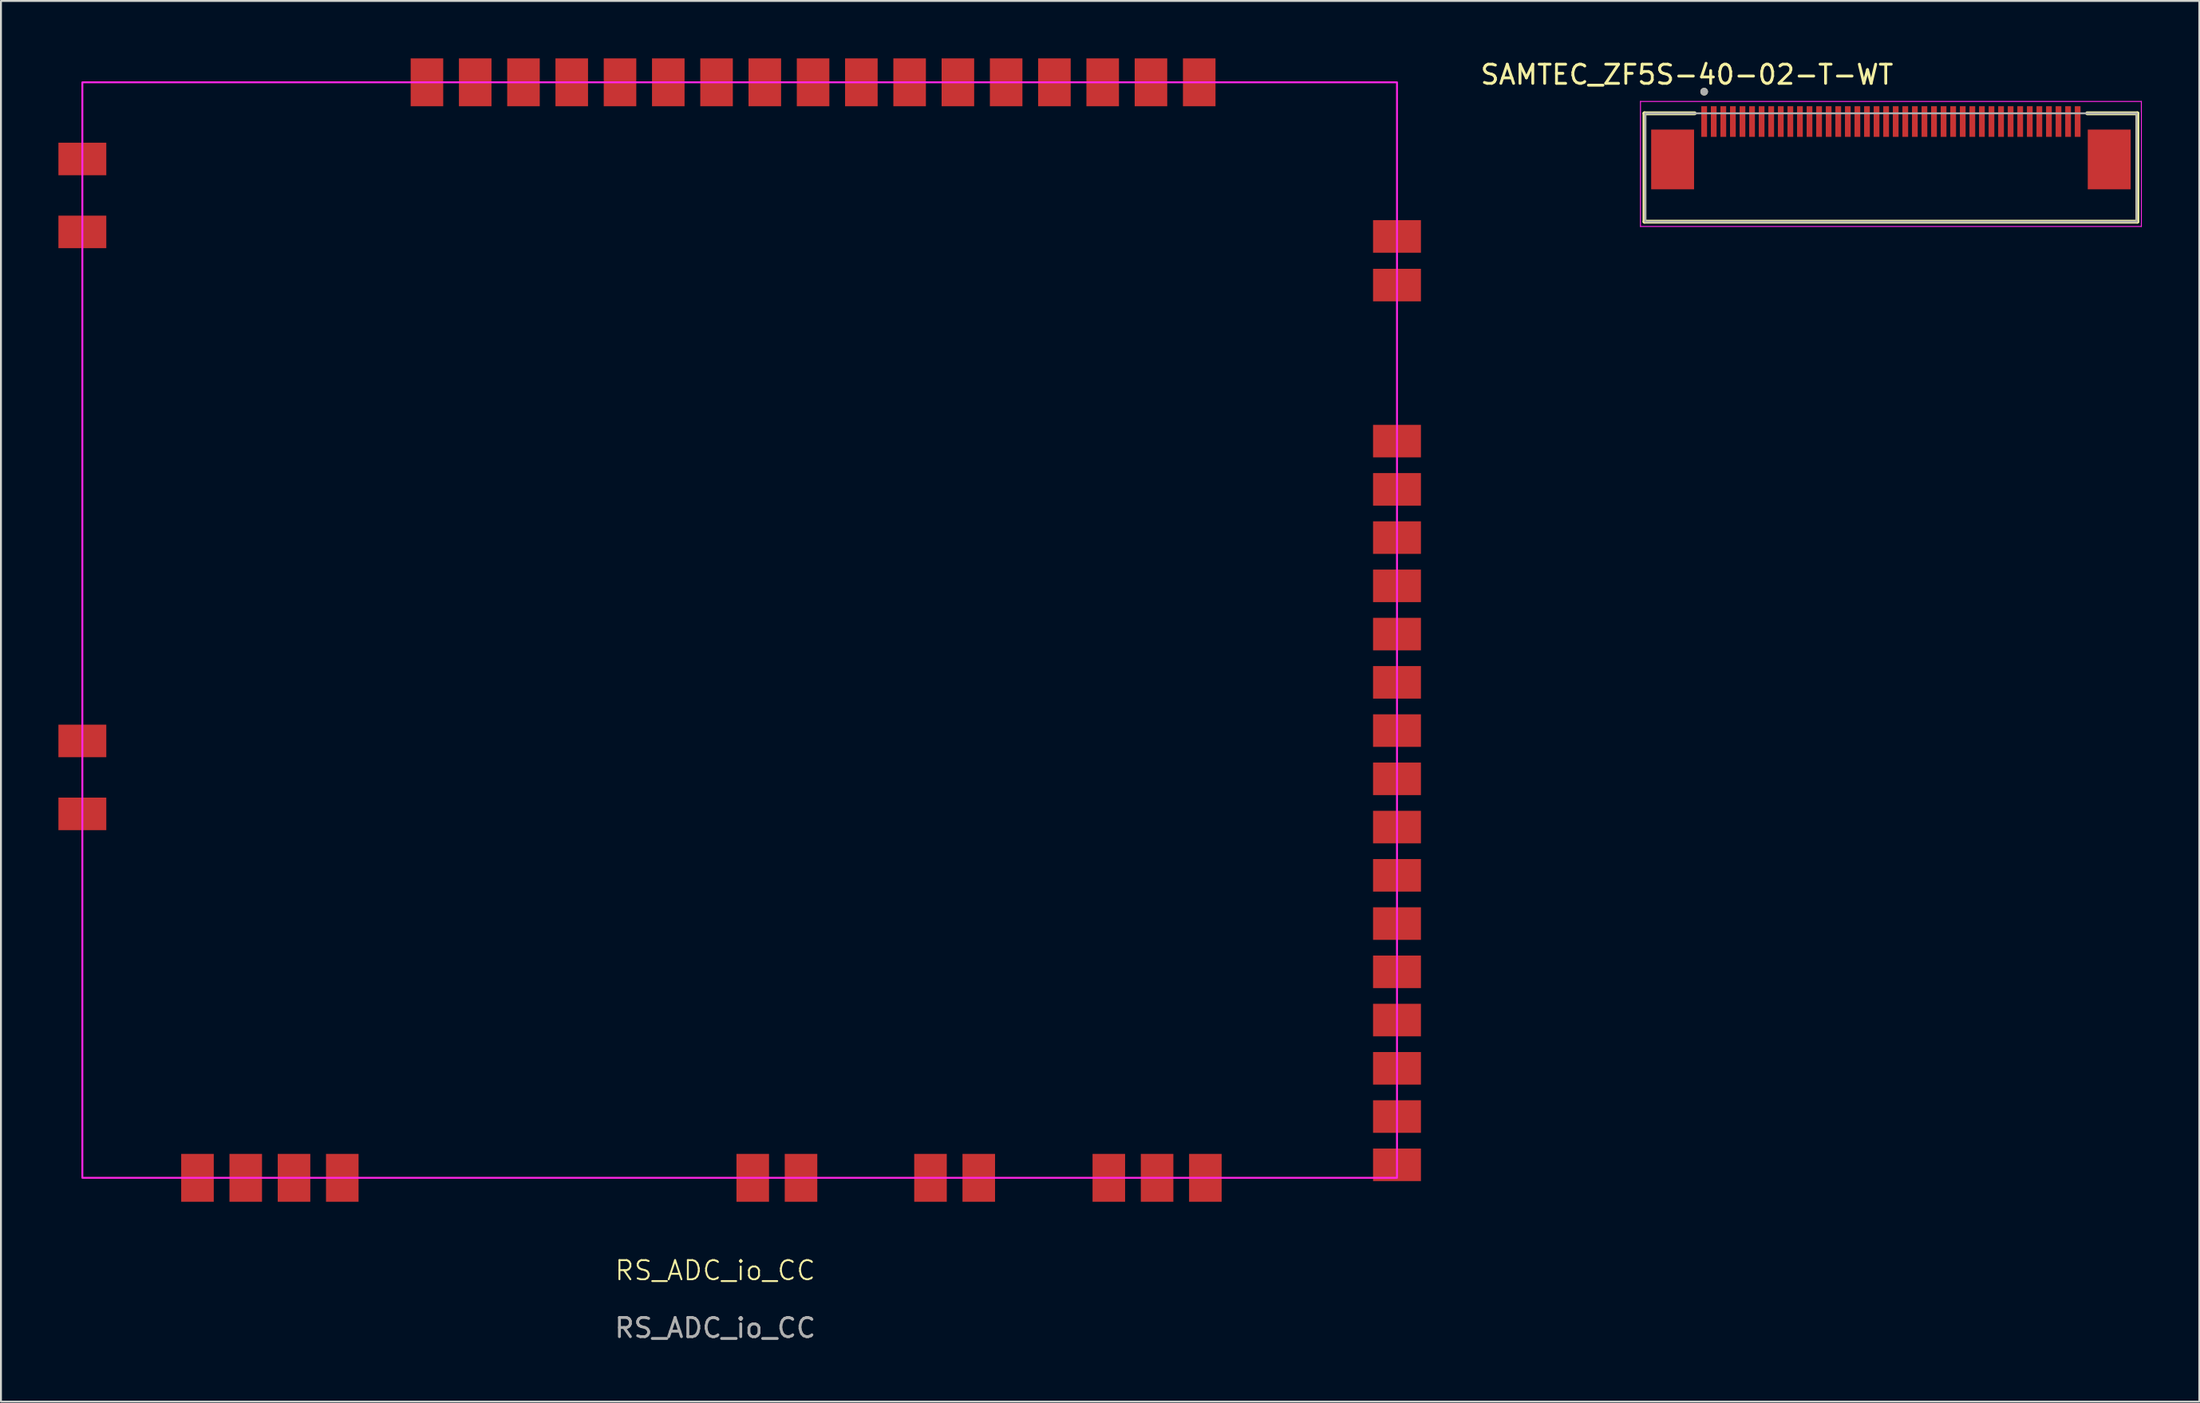
<source format=kicad_pcb>
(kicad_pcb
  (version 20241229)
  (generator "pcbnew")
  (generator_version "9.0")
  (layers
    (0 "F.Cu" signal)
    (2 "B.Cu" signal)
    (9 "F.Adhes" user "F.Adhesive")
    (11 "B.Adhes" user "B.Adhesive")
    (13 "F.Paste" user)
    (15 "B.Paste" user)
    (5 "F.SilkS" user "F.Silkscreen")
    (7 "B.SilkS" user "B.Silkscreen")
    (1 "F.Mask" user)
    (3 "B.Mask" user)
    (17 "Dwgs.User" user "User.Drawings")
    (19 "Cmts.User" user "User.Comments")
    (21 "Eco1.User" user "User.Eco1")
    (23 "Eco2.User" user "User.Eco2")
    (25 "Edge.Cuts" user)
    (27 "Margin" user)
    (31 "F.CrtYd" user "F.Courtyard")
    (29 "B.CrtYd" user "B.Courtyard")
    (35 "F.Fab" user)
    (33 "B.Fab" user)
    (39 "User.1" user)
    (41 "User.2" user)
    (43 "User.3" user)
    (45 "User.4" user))
  (footprint "RS_ADC_io_CC"
    (layer "F.Cu")
    (at 34.2 31.41)
    (property "Reference" "RS_ADC_io_CC" (at 0.09 31.9 0) (unlocked yes) (layer "F.SilkS") (effects (font (size 1 1) (thickness 0.1))))
    (attr smd)
    (fp_rect (start -32.95 -30.16) (end 35.685 27.06) (stroke (width 0.1) (type default)) (fill no) (layer "F.CrtYd"))
    (fp_text user "${REFERENCE}" (at 0.09 34.9 0) (unlocked yes) (layer "F.Fab") (effects (font (size 1 1) (thickness 0.15))))
    (pad "1" smd rect (at -26.94 27.06 90) (size 2.5 1.7) (layers "F.Cu" "F.Mask" "F.Paste"))
    (pad "2" smd rect (at -24.42 27.06 90) (size 2.5 1.7) (layers "F.Cu" "F.Mask" "F.Paste"))
    (pad "3" smd rect (at -21.9 27.06 90) (size 2.5 1.7) (layers "F.Cu" "F.Mask" "F.Paste"))
    (pad "4" smd rect (at -19.38 27.06 90) (size 2.5 1.7) (layers "F.Cu" "F.Mask" "F.Paste"))
    (pad "5" smd rect (at 2.05 27.06 90) (size 2.5 1.7) (layers "F.Cu" "F.Mask" "F.Paste"))
    (pad "6" smd rect (at 4.57 27.06 90) (size 2.5 1.7) (layers "F.Cu" "F.Mask" "F.Paste"))
    (pad "7" smd rect (at 11.33 27.06 90) (size 2.5 1.7) (layers "F.Cu" "F.Mask" "F.Paste"))
    (pad "8" smd rect (at 13.85 27.06 90) (size 2.5 1.7) (layers "F.Cu" "F.Mask" "F.Paste"))
    (pad "9" smd rect (at 20.64 27.06 90) (size 2.5 1.7) (layers "F.Cu" "F.Mask" "F.Paste"))
    (pad "10" smd rect (at 23.16 27.06 90) (size 2.5 1.7) (layers "F.Cu" "F.Mask" "F.Paste"))
    (pad "11" smd rect (at 25.68 27.06 90) (size 2.5 1.7) (layers "F.Cu" "F.Mask" "F.Paste"))
    (pad "12" smd rect (at 35.685 -11.42 180) (size 2.5 1.7) (layers "F.Cu" "F.Mask" "F.Paste"))
    (pad "13" smd rect (at 35.685 -8.9 180) (size 2.5 1.7) (layers "F.Cu" "F.Mask" "F.Paste"))
    (pad "14" smd rect (at 35.685 -6.38 180) (size 2.5 1.7) (layers "F.Cu" "F.Mask" "F.Paste"))
    (pad "15" smd rect (at 35.685 -3.86 180) (size 2.5 1.7) (layers "F.Cu" "F.Mask" "F.Paste"))
    (pad "16" smd rect (at 35.685 -1.34 180) (size 2.5 1.7) (layers "F.Cu" "F.Mask" "F.Paste"))
    (pad "17" smd rect (at 35.685 1.18 180) (size 2.5 1.7) (layers "F.Cu" "F.Mask" "F.Paste"))
    (pad "18" smd rect (at 35.685 3.7 180) (size 2.5 1.7) (layers "F.Cu" "F.Mask" "F.Paste"))
    (pad "19" smd rect (at 35.685 6.22 180) (size 2.5 1.7) (layers "F.Cu" "F.Mask" "F.Paste"))
    (pad "20" smd rect (at 35.685 8.74 180) (size 2.5 1.7) (layers "F.Cu" "F.Mask" "F.Paste"))
    (pad "21" smd rect (at 35.685 11.26 180) (size 2.5 1.7) (layers "F.Cu" "F.Mask" "F.Paste"))
    (pad "22" smd rect (at 35.685 13.78 180) (size 2.5 1.7) (layers "F.Cu" "F.Mask" "F.Paste"))
    (pad "23" smd rect (at 35.685 16.3 180) (size 2.5 1.7) (layers "F.Cu" "F.Mask" "F.Paste"))
    (pad "24" smd rect (at 35.685 18.82 180) (size 2.5 1.7) (layers "F.Cu" "F.Mask" "F.Paste"))
    (pad "25" smd rect (at 35.685 21.34 180) (size 2.5 1.7) (layers "F.Cu" "F.Mask" "F.Paste"))
    (pad "26" smd rect (at 35.685 23.86 180) (size 2.5 1.7) (layers "F.Cu" "F.Mask" "F.Paste"))
    (pad "27" smd rect (at 35.685 26.38 180) (size 2.5 1.7) (layers "F.Cu" "F.Mask" "F.Paste"))
    (pad "28" smd rect (at -14.96 -30.16 270) (size 2.5 1.7) (layers "F.Cu" "F.Mask" "F.Paste"))
    (pad "29" smd rect (at -12.44 -30.16 270) (size 2.5 1.7) (layers "F.Cu" "F.Mask" "F.Paste"))
    (pad "30" smd rect (at -9.92 -30.16 270) (size 2.5 1.7) (layers "F.Cu" "F.Mask" "F.Paste"))
    (pad "31" smd rect (at -7.4 -30.16 270) (size 2.5 1.7) (layers "F.Cu" "F.Mask" "F.Paste"))
    (pad "32" smd rect (at -4.88 -30.16 270) (size 2.5 1.7) (layers "F.Cu" "F.Mask" "F.Paste"))
    (pad "33" smd rect (at -2.36 -30.16 270) (size 2.5 1.7) (layers "F.Cu" "F.Mask" "F.Paste"))
    (pad "34" smd rect (at 0.16 -30.16 270) (size 2.5 1.7) (layers "F.Cu" "F.Mask" "F.Paste"))
    (pad "35" smd rect (at 2.68 -30.16 270) (size 2.5 1.7) (layers "F.Cu" "F.Mask" "F.Paste"))
    (pad "36" smd rect (at 5.2 -30.16 270) (size 2.5 1.7) (layers "F.Cu" "F.Mask" "F.Paste"))
    (pad "37" smd rect (at 7.72 -30.16 270) (size 2.5 1.7) (layers "F.Cu" "F.Mask" "F.Paste"))
    (pad "38" smd rect (at 10.24 -30.16 270) (size 2.5 1.7) (layers "F.Cu" "F.Mask" "F.Paste"))
    (pad "39" smd rect (at 12.76 -30.16 270) (size 2.5 1.7) (layers "F.Cu" "F.Mask" "F.Paste"))
    (pad "40" smd rect (at 15.28 -30.16 270) (size 2.5 1.7) (layers "F.Cu" "F.Mask" "F.Paste"))
    (pad "41" smd rect (at 17.8 -30.16 270) (size 2.5 1.7) (layers "F.Cu" "F.Mask" "F.Paste"))
    (pad "42" smd rect (at 20.32 -30.16 270) (size 2.5 1.7) (layers "F.Cu" "F.Mask" "F.Paste"))
    (pad "43" smd rect (at 22.84 -30.16 270) (size 2.5 1.7) (layers "F.Cu" "F.Mask" "F.Paste"))
    (pad "44" smd rect (at 25.36 -30.16 270) (size 2.5 1.7) (layers "F.Cu" "F.Mask" "F.Paste"))
    (pad "45" smd rect (at -32.95 -26.157) (size 2.5 1.7) (layers "F.Cu" "F.Mask" "F.Paste"))
    (pad "46" smd rect (at -32.95 -22.347) (size 2.5 1.7) (layers "F.Cu" "F.Mask" "F.Paste"))
    (pad "47" smd rect (at -32.95 4.24) (size 2.5 1.7) (layers "F.Cu" "F.Mask" "F.Paste"))
    (pad "48" smd rect (at -32.95 8.05) (size 2.5 1.7) (layers "F.Cu" "F.Mask" "F.Paste"))
    (pad "49" smd rect (at 35.685 -22.11) (size 2.5 1.7) (layers "F.Cu" "F.Mask" "F.Paste"))
    (pad "50" smd rect (at 35.685 -19.57) (size 2.5 1.7) (layers "F.Cu" "F.Mask" "F.Paste")))
  (footprint "SAMTEC_ZF5S-40-02-T-WT"
    (layer "F.Cu")
    (at 95.672 5.278)
    (property "Reference" "SAMTEC_ZF5S-40-02-T-WT" (at -10.65 -4.43 0) (layer "F.SilkS") (effects (font (size 1 1) (thickness 0.15))))
    (attr smd)
    (fp_line (start -12.867 -2.41) (end -12.867 3.25) (stroke (width 0.2) (type solid)) (layer "F.SilkS"))
    (fp_line (start -12.867 -2.41) (end -10.247 -2.41) (stroke (width 0.2) (type solid)) (layer "F.SilkS"))
    (fp_line (start -12.867 3.25) (end 12.867 3.25) (stroke (width 0.2) (type solid)) (layer "F.SilkS"))
    (fp_line (start 12.867 -2.41) (end 10.247 -2.41) (stroke (width 0.2) (type solid)) (layer "F.SilkS"))
    (fp_line (start 12.867 -2.41) (end 12.867 3.25) (stroke (width 0.2) (type solid)) (layer "F.SilkS"))
    (fp_circle (center -9.75 -3.54) (end -9.65 -3.54) (stroke (width 0.2) (type solid)) (fill no) (layer "F.SilkS"))
    (fp_line (start -13.075 -3.03) (end 13.075 -3.03) (stroke (width 0.05) (type solid)) (layer "F.CrtYd"))
    (fp_line (start -13.075 3.5) (end -13.075 -3.03) (stroke (width 0.05) (type solid)) (layer "F.CrtYd"))
    (fp_line (start 13.075 -3.03) (end 13.075 3.5) (stroke (width 0.05) (type solid)) (layer "F.CrtYd"))
    (fp_line (start 13.075 3.5) (end -13.075 3.5) (stroke (width 0.05) (type solid)) (layer "F.CrtYd"))
    (fp_line (start -12.825 -2.41) (end 12.825 -2.41) (stroke (width 0.1) (type solid)) (layer "F.Fab"))
    (fp_line (start -12.825 3.25) (end -12.825 -2.41) (stroke (width 0.1) (type solid)) (layer "F.Fab"))
    (fp_line (start 12.825 -2.41) (end 12.825 3.25) (stroke (width 0.1) (type solid)) (layer "F.Fab"))
    (fp_line (start 12.825 3.25) (end -12.825 3.25) (stroke (width 0.1) (type solid)) (layer "F.Fab"))
    (fp_circle (center -9.75 -3.54) (end -9.65 -3.54) (stroke (width 0.2) (type solid)) (fill no) (layer "F.Fab"))
    (pad "01" smd rect (at -9.75 -1.98) (size 0.3 1.6) (layers "F.Cu" "F.Mask" "F.Paste"))
    (pad "02" smd rect (at -9.25 -1.98) (size 0.3 1.6) (layers "F.Cu" "F.Mask" "F.Paste"))
    (pad "03" smd rect (at -8.75 -1.98) (size 0.3 1.6) (layers "F.Cu" "F.Mask" "F.Paste"))
    (pad "04" smd rect (at -8.25 -1.98) (size 0.3 1.6) (layers "F.Cu" "F.Mask" "F.Paste"))
    (pad "05" smd rect (at -7.75 -1.98) (size 0.3 1.6) (layers "F.Cu" "F.Mask" "F.Paste"))
    (pad "06" smd rect (at -7.25 -1.98) (size 0.3 1.6) (layers "F.Cu" "F.Mask" "F.Paste"))
    (pad "07" smd rect (at -6.75 -1.98) (size 0.3 1.6) (layers "F.Cu" "F.Mask" "F.Paste"))
    (pad "08" smd rect (at -6.25 -1.98) (size 0.3 1.6) (layers "F.Cu" "F.Mask" "F.Paste"))
    (pad "09" smd rect (at -5.75 -1.98) (size 0.3 1.6) (layers "F.Cu" "F.Mask" "F.Paste"))
    (pad "10" smd rect (at -5.25 -1.98) (size 0.3 1.6) (layers "F.Cu" "F.Mask" "F.Paste"))
    (pad "11" smd rect (at -4.75 -1.98) (size 0.3 1.6) (layers "F.Cu" "F.Mask" "F.Paste"))
    (pad "12" smd rect (at -4.25 -1.98) (size 0.3 1.6) (layers "F.Cu" "F.Mask" "F.Paste"))
    (pad "13" smd rect (at -3.75 -1.98) (size 0.3 1.6) (layers "F.Cu" "F.Mask" "F.Paste"))
    (pad "14" smd rect (at -3.25 -1.98) (size 0.3 1.6) (layers "F.Cu" "F.Mask" "F.Paste"))
    (pad "15" smd rect (at -2.75 -1.98) (size 0.3 1.6) (layers "F.Cu" "F.Mask" "F.Paste"))
    (pad "16" smd rect (at -2.25 -1.98) (size 0.3 1.6) (layers "F.Cu" "F.Mask" "F.Paste"))
    (pad "17" smd rect (at -1.75 -1.98) (size 0.3 1.6) (layers "F.Cu" "F.Mask" "F.Paste"))
    (pad "18" smd rect (at -1.25 -1.98) (size 0.3 1.6) (layers "F.Cu" "F.Mask" "F.Paste"))
    (pad "19" smd rect (at -0.75 -1.98) (size 0.3 1.6) (layers "F.Cu" "F.Mask" "F.Paste"))
    (pad "20" smd rect (at -0.25 -1.98) (size 0.3 1.6) (layers "F.Cu" "F.Mask" "F.Paste"))
    (pad "21" smd rect (at 0.25 -1.98) (size 0.3 1.6) (layers "F.Cu" "F.Mask" "F.Paste"))
    (pad "22" smd rect (at 0.75 -1.98) (size 0.3 1.6) (layers "F.Cu" "F.Mask" "F.Paste"))
    (pad "23" smd rect (at 1.25 -1.98) (size 0.3 1.6) (layers "F.Cu" "F.Mask" "F.Paste"))
    (pad "24" smd rect (at 1.75 -1.98) (size 0.3 1.6) (layers "F.Cu" "F.Mask" "F.Paste"))
    (pad "25" smd rect (at 2.25 -1.98) (size 0.3 1.6) (layers "F.Cu" "F.Mask" "F.Paste"))
    (pad "26" smd rect (at 2.75 -1.98) (size 0.3 1.6) (layers "F.Cu" "F.Mask" "F.Paste"))
    (pad "27" smd rect (at 3.25 -1.98) (size 0.3 1.6) (layers "F.Cu" "F.Mask" "F.Paste"))
    (pad "28" smd rect (at 3.75 -1.98) (size 0.3 1.6) (layers "F.Cu" "F.Mask" "F.Paste"))
    (pad "29" smd rect (at 4.25 -1.98) (size 0.3 1.6) (layers "F.Cu" "F.Mask" "F.Paste"))
    (pad "30" smd rect (at 4.75 -1.98) (size 0.3 1.6) (layers "F.Cu" "F.Mask" "F.Paste"))
    (pad "31" smd rect (at 5.25 -1.98) (size 0.3 1.6) (layers "F.Cu" "F.Mask" "F.Paste"))
    (pad "32" smd rect (at 5.75 -1.98) (size 0.3 1.6) (layers "F.Cu" "F.Mask" "F.Paste"))
    (pad "33" smd rect (at 6.25 -1.98) (size 0.3 1.6) (layers "F.Cu" "F.Mask" "F.Paste"))
    (pad "34" smd rect (at 6.75 -1.98) (size 0.3 1.6) (layers "F.Cu" "F.Mask" "F.Paste"))
    (pad "35" smd rect (at 7.25 -1.98) (size 0.3 1.6) (layers "F.Cu" "F.Mask" "F.Paste"))
    (pad "36" smd rect (at 7.75 -1.98) (size 0.3 1.6) (layers "F.Cu" "F.Mask" "F.Paste"))
    (pad "37" smd rect (at 8.25 -1.98) (size 0.3 1.6) (layers "F.Cu" "F.Mask" "F.Paste"))
    (pad "38" smd rect (at 8.75 -1.98) (size 0.3 1.6) (layers "F.Cu" "F.Mask" "F.Paste"))
    (pad "39" smd rect (at 9.25 -1.98) (size 0.3 1.6) (layers "F.Cu" "F.Mask" "F.Paste"))
    (pad "40" smd rect (at 9.75 -1.98) (size 0.3 1.6) (layers "F.Cu" "F.Mask" "F.Paste"))
    (pad "S1" smd rect (at -11.397 0) (size 2.24 3.12) (layers "F.Cu" "F.Mask" "F.Paste"))
    (pad "S2" smd rect (at 11.397 0) (size 2.24 3.12) (layers "F.Cu" "F.Mask" "F.Paste")))
  (gr_rect
    (start -3 -3)
    (end 111.772 70.158)
    (stroke (width 0.1) (type default))
    (fill no)
    (layer "Edge.Cuts")))
</source>
